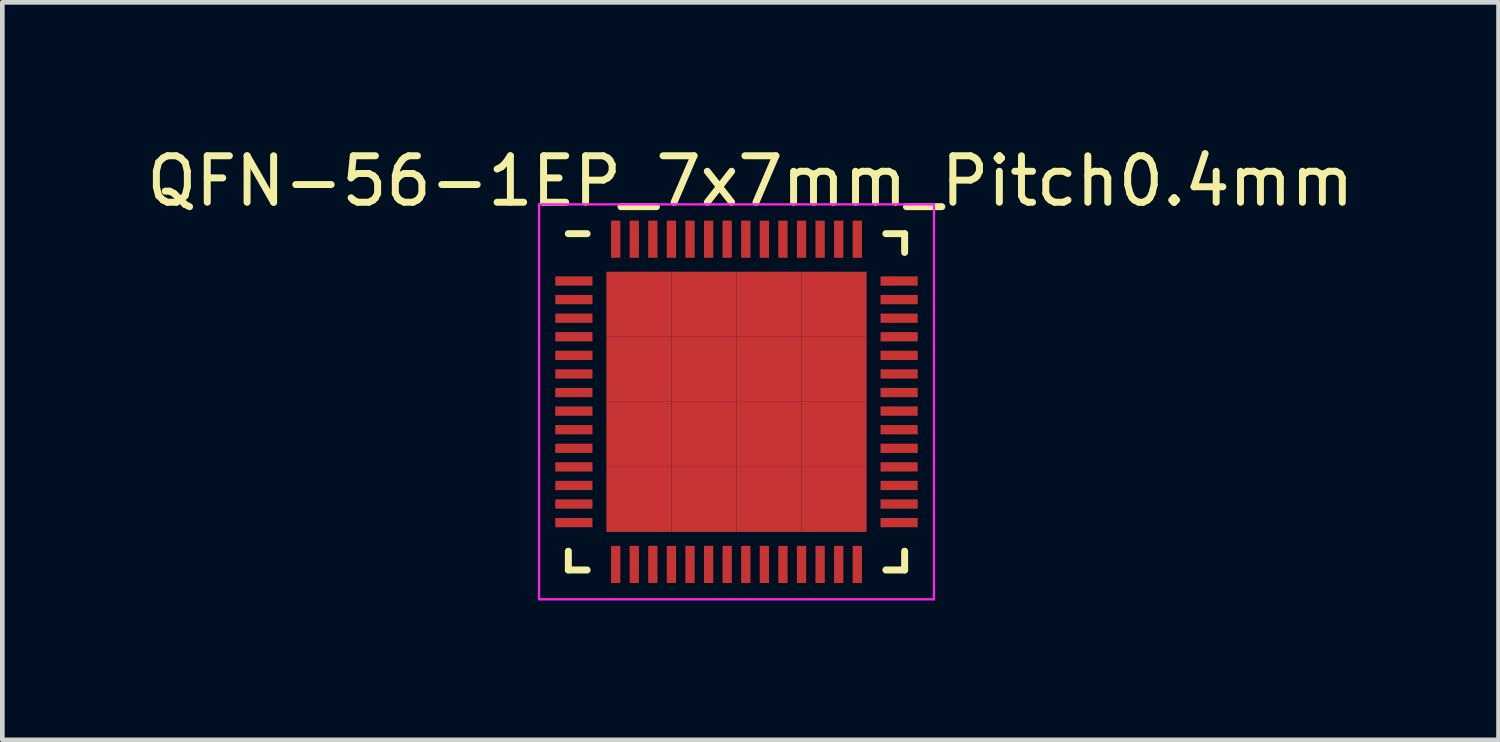
<source format=kicad_pcb>
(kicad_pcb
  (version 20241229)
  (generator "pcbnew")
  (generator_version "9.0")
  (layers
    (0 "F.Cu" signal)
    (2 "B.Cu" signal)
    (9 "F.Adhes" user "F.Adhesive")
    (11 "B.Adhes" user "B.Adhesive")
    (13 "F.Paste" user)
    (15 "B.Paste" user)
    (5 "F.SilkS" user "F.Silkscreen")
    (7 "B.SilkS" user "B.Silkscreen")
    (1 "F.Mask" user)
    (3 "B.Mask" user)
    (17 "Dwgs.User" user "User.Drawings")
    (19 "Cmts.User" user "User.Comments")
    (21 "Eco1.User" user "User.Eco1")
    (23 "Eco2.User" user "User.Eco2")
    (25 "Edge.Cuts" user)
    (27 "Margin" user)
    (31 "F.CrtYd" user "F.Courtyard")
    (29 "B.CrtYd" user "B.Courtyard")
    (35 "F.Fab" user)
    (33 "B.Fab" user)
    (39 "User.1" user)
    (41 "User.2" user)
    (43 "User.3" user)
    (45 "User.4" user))
  (footprint "QFN-56-1EP_7x7mm_Pitch0.4mm"
    (layer "F.Cu")
    (at 12.801 5.598)
    (property "Reference" "QFN-56-1EP_7x7mm_Pitch0.4mm" (at 0.3 -4.75 0) (layer "F.SilkS") (effects (font (size 1 1) (thickness 0.15))))
    (attr smd)
    (fp_line (start -3.619 -3.619) (end -3.215 -3.619) (stroke (width 0.15) (type solid)) (layer "F.SilkS"))
    (fp_line (start -3.619 3.215) (end -3.619 3.619) (stroke (width 0.15) (type solid)) (layer "F.SilkS"))
    (fp_line (start -3.619 3.619) (end -3.215 3.619) (stroke (width 0.15) (type solid)) (layer "F.SilkS"))
    (fp_line (start 3.619 -3.619) (end 3.215 -3.619) (stroke (width 0.15) (type solid)) (layer "F.SilkS"))
    (fp_line (start 3.619 -3.619) (end 3.619 -3.215) (stroke (width 0.15) (type solid)) (layer "F.SilkS"))
    (fp_line (start 3.619 3.215) (end 3.619 3.619) (stroke (width 0.15) (type solid)) (layer "F.SilkS"))
    (fp_line (start 3.619 3.619) (end 3.215 3.619) (stroke (width 0.15) (type solid)) (layer "F.SilkS"))
    (fp_line (start -4.25 -4.25) (end -4.25 4.25) (stroke (width 0.05) (type solid)) (layer "F.CrtYd"))
    (fp_line (start -4.25 -4.25) (end 4.25 -4.25) (stroke (width 0.05) (type solid)) (layer "F.CrtYd"))
    (fp_line (start -4.25 4.25) (end 4.25 4.25) (stroke (width 0.05) (type solid)) (layer "F.CrtYd"))
    (fp_line (start 4.25 -4.25) (end 4.25 4.25) (stroke (width 0.05) (type solid)) (layer "F.CrtYd"))
    (pad "1" smd rect (at -3.5 -2.6) (size 0.8 0.2) (layers "F.Cu" "F.Mask" "F.Paste"))
    (pad "2" smd rect (at -3.5 -2.2) (size 0.8 0.2) (layers "F.Cu" "F.Mask" "F.Paste"))
    (pad "3" smd rect (at -3.5 -1.8) (size 0.8 0.2) (layers "F.Cu" "F.Mask" "F.Paste"))
    (pad "4" smd rect (at -3.5 -1.4) (size 0.8 0.2) (layers "F.Cu" "F.Mask" "F.Paste"))
    (pad "5" smd rect (at -3.5 -1) (size 0.8 0.2) (layers "F.Cu" "F.Mask" "F.Paste"))
    (pad "6" smd rect (at -3.5 -0.6) (size 0.8 0.2) (layers "F.Cu" "F.Mask" "F.Paste"))
    (pad "7" smd rect (at -3.5 -0.2) (size 0.8 0.2) (layers "F.Cu" "F.Mask" "F.Paste"))
    (pad "8" smd rect (at -3.5 0.2) (size 0.8 0.2) (layers "F.Cu" "F.Mask" "F.Paste"))
    (pad "9" smd rect (at -3.5 0.6) (size 0.8 0.2) (layers "F.Cu" "F.Mask" "F.Paste"))
    (pad "10" smd rect (at -3.5 1) (size 0.8 0.2) (layers "F.Cu" "F.Mask" "F.Paste"))
    (pad "11" smd rect (at -3.5 1.4) (size 0.8 0.2) (layers "F.Cu" "F.Mask" "F.Paste"))
    (pad "12" smd rect (at -3.5 1.8) (size 0.8 0.2) (layers "F.Cu" "F.Mask" "F.Paste"))
    (pad "13" smd rect (at -3.5 2.2) (size 0.8 0.2) (layers "F.Cu" "F.Mask" "F.Paste"))
    (pad "14" smd rect (at -3.5 2.6) (size 0.8 0.2) (layers "F.Cu" "F.Mask" "F.Paste"))
    (pad "15" smd rect (at -2.6 3.5 90) (size 0.8 0.2) (layers "F.Cu" "F.Mask" "F.Paste"))
    (pad "16" smd rect (at -2.2 3.5 90) (size 0.8 0.2) (layers "F.Cu" "F.Mask" "F.Paste"))
    (pad "17" smd rect (at -1.8 3.5 90) (size 0.8 0.2) (layers "F.Cu" "F.Mask" "F.Paste"))
    (pad "18" smd rect (at -1.4 3.5 90) (size 0.8 0.2) (layers "F.Cu" "F.Mask" "F.Paste"))
    (pad "19" smd rect (at -1 3.5 90) (size 0.8 0.2) (layers "F.Cu" "F.Mask" "F.Paste"))
    (pad "20" smd rect (at -0.6 3.5 90) (size 0.8 0.2) (layers "F.Cu" "F.Mask" "F.Paste"))
    (pad "21" smd rect (at -0.2 3.5 90) (size 0.8 0.2) (layers "F.Cu" "F.Mask" "F.Paste"))
    (pad "22" smd rect (at 0.2 3.5 90) (size 0.8 0.2) (layers "F.Cu" "F.Mask" "F.Paste"))
    (pad "23" smd rect (at 0.6 3.5 90) (size 0.8 0.2) (layers "F.Cu" "F.Mask" "F.Paste"))
    (pad "24" smd rect (at 1 3.5 90) (size 0.8 0.2) (layers "F.Cu" "F.Mask" "F.Paste"))
    (pad "25" smd rect (at 1.4 3.5 90) (size 0.8 0.2) (layers "F.Cu" "F.Mask" "F.Paste"))
    (pad "26" smd rect (at 1.8 3.5 90) (size 0.8 0.2) (layers "F.Cu" "F.Mask" "F.Paste"))
    (pad "27" smd rect (at 2.2 3.5 90) (size 0.8 0.2) (layers "F.Cu" "F.Mask" "F.Paste"))
    (pad "28" smd rect (at 2.6 3.5 90) (size 0.8 0.2) (layers "F.Cu" "F.Mask" "F.Paste"))
    (pad "29" smd rect (at 3.5 2.6) (size 0.8 0.2) (layers "F.Cu" "F.Mask" "F.Paste"))
    (pad "30" smd rect (at 3.5 2.2) (size 0.8 0.2) (layers "F.Cu" "F.Mask" "F.Paste"))
    (pad "31" smd rect (at 3.5 1.8) (size 0.8 0.2) (layers "F.Cu" "F.Mask" "F.Paste"))
    (pad "32" smd rect (at 3.5 1.4) (size 0.8 0.2) (layers "F.Cu" "F.Mask" "F.Paste"))
    (pad "33" smd rect (at 3.5 1) (size 0.8 0.2) (layers "F.Cu" "F.Mask" "F.Paste"))
    (pad "34" smd rect (at 3.5 0.6) (size 0.8 0.2) (layers "F.Cu" "F.Mask" "F.Paste"))
    (pad "35" smd rect (at 3.5 0.2) (size 0.8 0.2) (layers "F.Cu" "F.Mask" "F.Paste"))
    (pad "36" smd rect (at 3.5 -0.2) (size 0.8 0.2) (layers "F.Cu" "F.Mask" "F.Paste"))
    (pad "37" smd rect (at 3.5 -0.6) (size 0.8 0.2) (layers "F.Cu" "F.Mask" "F.Paste"))
    (pad "38" smd rect (at 3.5 -1) (size 0.8 0.2) (layers "F.Cu" "F.Mask" "F.Paste"))
    (pad "39" smd rect (at 3.5 -1.4) (size 0.8 0.2) (layers "F.Cu" "F.Mask" "F.Paste"))
    (pad "40" smd rect (at 3.5 -1.8) (size 0.8 0.2) (layers "F.Cu" "F.Mask" "F.Paste"))
    (pad "41" smd rect (at 3.5 -2.2) (size 0.8 0.2) (layers "F.Cu" "F.Mask" "F.Paste"))
    (pad "42" smd rect (at 3.5 -2.6) (size 0.8 0.2) (layers "F.Cu" "F.Mask" "F.Paste"))
    (pad "43" smd rect (at 2.6 -3.5 90) (size 0.8 0.2) (layers "F.Cu" "F.Mask" "F.Paste"))
    (pad "44" smd rect (at 2.2 -3.5 90) (size 0.8 0.2) (layers "F.Cu" "F.Mask" "F.Paste"))
    (pad "45" smd rect (at 1.8 -3.5 90) (size 0.8 0.2) (layers "F.Cu" "F.Mask" "F.Paste"))
    (pad "46" smd rect (at 1.4 -3.5 90) (size 0.8 0.2) (layers "F.Cu" "F.Mask" "F.Paste"))
    (pad "47" smd rect (at 1 -3.5 90) (size 0.8 0.2) (layers "F.Cu" "F.Mask" "F.Paste"))
    (pad "48" smd rect (at 0.6 -3.5 90) (size 0.8 0.2) (layers "F.Cu" "F.Mask" "F.Paste"))
    (pad "49" smd rect (at 0.2 -3.5 90) (size 0.8 0.2) (layers "F.Cu" "F.Mask" "F.Paste"))
    (pad "50" smd rect (at -0.2 -3.5 90) (size 0.8 0.2) (layers "F.Cu" "F.Mask" "F.Paste"))
    (pad "51" smd rect (at -0.6 -3.5 90) (size 0.8 0.2) (layers "F.Cu" "F.Mask" "F.Paste"))
    (pad "52" smd rect (at -1 -3.5 90) (size 0.8 0.2) (layers "F.Cu" "F.Mask" "F.Paste"))
    (pad "53" smd rect (at -1.4 -3.5 90) (size 0.8 0.2) (layers "F.Cu" "F.Mask" "F.Paste"))
    (pad "54" smd rect (at -1.8 -3.5 90) (size 0.8 0.2) (layers "F.Cu" "F.Mask" "F.Paste"))
    (pad "55" smd rect (at -2.2 -3.5 90) (size 0.8 0.2) (layers "F.Cu" "F.Mask" "F.Paste"))
    (pad "56" smd rect (at -2.6 -3.5 90) (size 0.8 0.2) (layers "F.Cu" "F.Mask" "F.Paste"))
    (pad "57" smd rect (at -2.1 -2.1) (size 1.4 1.4) (layers "F.Cu" "F.Mask" "F.Paste"))
    (pad "57" smd rect (at -2.1 -0.7) (size 1.4 1.4) (layers "F.Cu" "F.Mask" "F.Paste"))
    (pad "57" smd rect (at -2.1 0.7) (size 1.4 1.4) (layers "F.Cu" "F.Mask" "F.Paste"))
    (pad "57" smd rect (at -2.1 2.1) (size 1.4 1.4) (layers "F.Cu" "F.Mask" "F.Paste"))
    (pad "57" smd rect (at -0.7 -2.1) (size 1.4 1.4) (layers "F.Cu" "F.Mask" "F.Paste"))
    (pad "57" smd rect (at -0.7 -0.7) (size 1.4 1.4) (layers "F.Cu" "F.Mask" "F.Paste"))
    (pad "57" smd rect (at -0.7 0.7) (size 1.4 1.4) (layers "F.Cu" "F.Mask" "F.Paste"))
    (pad "57" smd rect (at -0.7 2.1) (size 1.4 1.4) (layers "F.Cu" "F.Mask" "F.Paste"))
    (pad "57" smd rect (at 0.7 -2.1) (size 1.4 1.4) (layers "F.Cu" "F.Mask" "F.Paste"))
    (pad "57" smd rect (at 0.7 -0.7) (size 1.4 1.4) (layers "F.Cu" "F.Mask" "F.Paste"))
    (pad "57" smd rect (at 0.7 0.7) (size 1.4 1.4) (layers "F.Cu" "F.Mask" "F.Paste"))
    (pad "57" smd rect (at 0.7 2.1) (size 1.4 1.4) (layers "F.Cu" "F.Mask" "F.Paste"))
    (pad "57" smd rect (at 2.1 -2.1) (size 1.4 1.4) (layers "F.Cu" "F.Mask" "F.Paste"))
    (pad "57" smd rect (at 2.1 -0.7) (size 1.4 1.4) (layers "F.Cu" "F.Mask" "F.Paste"))
    (pad "57" smd rect (at 2.1 0.7) (size 1.4 1.4) (layers "F.Cu" "F.Mask" "F.Paste"))
    (pad "57" smd rect (at 2.1 2.1) (size 1.4 1.4) (layers "F.Cu" "F.Mask" "F.Paste")))
  (gr_rect
    (start -3 -3)
    (end 29.202 12.873)
    (stroke (width 0.1) (type default))
    (fill no)
    (layer "Edge.Cuts")))
</source>
